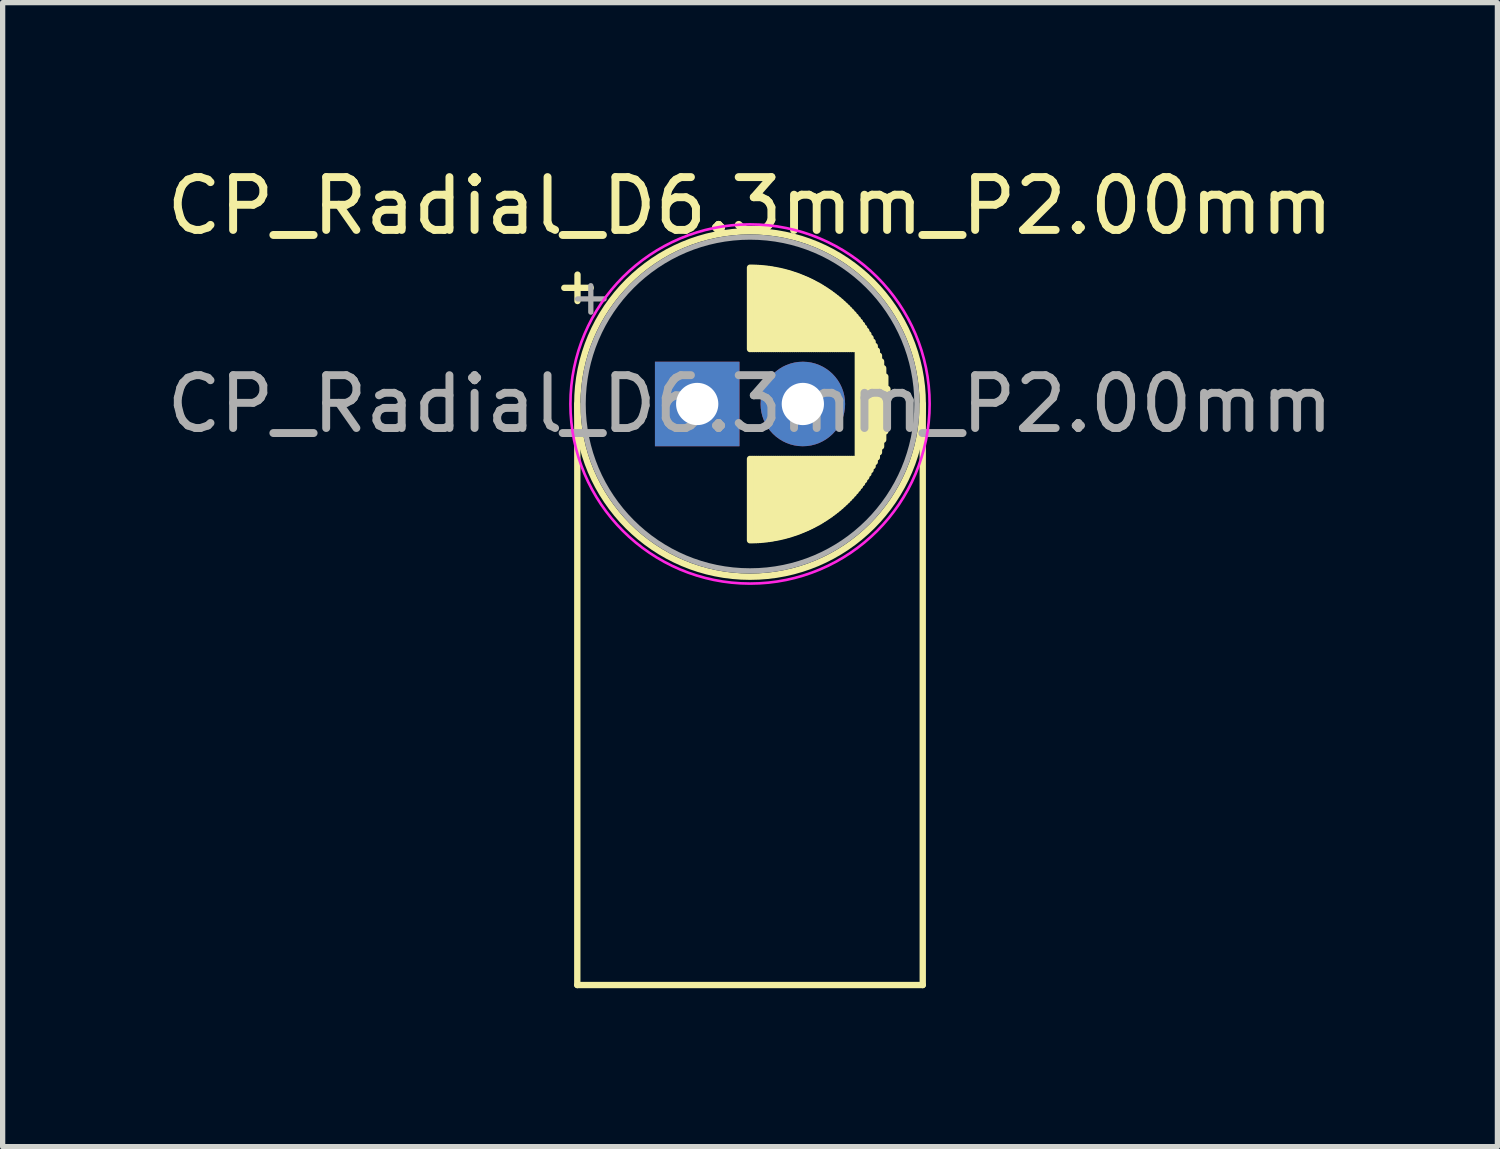
<source format=kicad_pcb>
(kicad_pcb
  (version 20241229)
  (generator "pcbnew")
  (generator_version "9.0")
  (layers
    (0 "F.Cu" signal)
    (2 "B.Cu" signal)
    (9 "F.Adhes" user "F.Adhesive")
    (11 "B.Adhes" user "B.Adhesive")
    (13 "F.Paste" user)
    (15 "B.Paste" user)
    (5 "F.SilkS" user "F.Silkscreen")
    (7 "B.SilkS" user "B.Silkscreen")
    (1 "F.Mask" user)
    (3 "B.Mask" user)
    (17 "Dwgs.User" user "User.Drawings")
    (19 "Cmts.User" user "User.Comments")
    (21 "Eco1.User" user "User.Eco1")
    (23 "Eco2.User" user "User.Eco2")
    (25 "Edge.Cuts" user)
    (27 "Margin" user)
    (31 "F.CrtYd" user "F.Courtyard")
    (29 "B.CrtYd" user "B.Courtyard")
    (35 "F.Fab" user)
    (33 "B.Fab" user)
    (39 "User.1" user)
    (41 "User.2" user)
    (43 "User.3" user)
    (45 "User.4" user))
  (footprint "CP_Radial_D6.3mm_P2.00mm"
    (layer "F.Cu")
    (at 10.149 4.598)
    (property "Reference" "CP_Radial_D6.3mm_P2.00mm" (at 1 -3.75 0) (layer "F.SilkS") (effects (font (size 1 1) (thickness 0.15))))
    (attr through_hole)
    (fp_line (start -2.516 -2.199) (end -2.016 -2.199) (stroke (width 0.12) (type solid)) (layer "F.SilkS"))
    (fp_line (start -2.27 0) (end -2.27 11) (stroke (width 0.12) (type solid)) (layer "F.SilkS"))
    (fp_line (start -2.27 11) (end 4.27 11) (stroke (width 0.12) (type solid)) (layer "F.SilkS"))
    (fp_line (start -2.266 -2.449) (end -2.266 -1.949) (stroke (width 0.12) (type solid)) (layer "F.SilkS"))
    (fp_line (start 1 -2.58) (end 1 -1.04) (stroke (width 0.12) (type solid)) (layer "F.SilkS"))
    (fp_line (start 1 1.04) (end 1 2.58) (stroke (width 0.12) (type solid)) (layer "F.SilkS"))
    (fp_line (start 1.04 -2.58) (end 1.04 -1.04) (stroke (width 0.12) (type solid)) (layer "F.SilkS"))
    (fp_line (start 1.04 1.04) (end 1.04 2.58) (stroke (width 0.12) (type solid)) (layer "F.SilkS"))
    (fp_line (start 1.08 -2.579) (end 1.08 -1.04) (stroke (width 0.12) (type solid)) (layer "F.SilkS"))
    (fp_line (start 1.08 1.04) (end 1.08 2.579) (stroke (width 0.12) (type solid)) (layer "F.SilkS"))
    (fp_line (start 1.12 -2.578) (end 1.12 -1.04) (stroke (width 0.12) (type solid)) (layer "F.SilkS"))
    (fp_line (start 1.12 1.04) (end 1.12 2.578) (stroke (width 0.12) (type solid)) (layer "F.SilkS"))
    (fp_line (start 1.16 -2.576) (end 1.16 -1.04) (stroke (width 0.12) (type solid)) (layer "F.SilkS"))
    (fp_line (start 1.16 1.04) (end 1.16 2.576) (stroke (width 0.12) (type solid)) (layer "F.SilkS"))
    (fp_line (start 1.2 -2.573) (end 1.2 -1.04) (stroke (width 0.12) (type solid)) (layer "F.SilkS"))
    (fp_line (start 1.2 1.04) (end 1.2 2.573) (stroke (width 0.12) (type solid)) (layer "F.SilkS"))
    (fp_line (start 1.24 -2.569) (end 1.24 -1.04) (stroke (width 0.12) (type solid)) (layer "F.SilkS"))
    (fp_line (start 1.24 1.04) (end 1.24 2.569) (stroke (width 0.12) (type solid)) (layer "F.SilkS"))
    (fp_line (start 1.28 -2.565) (end 1.28 -1.04) (stroke (width 0.12) (type solid)) (layer "F.SilkS"))
    (fp_line (start 1.28 1.04) (end 1.28 2.565) (stroke (width 0.12) (type solid)) (layer "F.SilkS"))
    (fp_line (start 1.32 -2.561) (end 1.32 -1.04) (stroke (width 0.12) (type solid)) (layer "F.SilkS"))
    (fp_line (start 1.32 1.04) (end 1.32 2.561) (stroke (width 0.12) (type solid)) (layer "F.SilkS"))
    (fp_line (start 1.36 -2.556) (end 1.36 -1.04) (stroke (width 0.12) (type solid)) (layer "F.SilkS"))
    (fp_line (start 1.36 1.04) (end 1.36 2.556) (stroke (width 0.12) (type solid)) (layer "F.SilkS"))
    (fp_line (start 1.4 -2.55) (end 1.4 -1.04) (stroke (width 0.12) (type solid)) (layer "F.SilkS"))
    (fp_line (start 1.4 1.04) (end 1.4 2.55) (stroke (width 0.12) (type solid)) (layer "F.SilkS"))
    (fp_line (start 1.44 -2.543) (end 1.44 -1.04) (stroke (width 0.12) (type solid)) (layer "F.SilkS"))
    (fp_line (start 1.44 1.04) (end 1.44 2.543) (stroke (width 0.12) (type solid)) (layer "F.SilkS"))
    (fp_line (start 1.48 -2.536) (end 1.48 -1.04) (stroke (width 0.12) (type solid)) (layer "F.SilkS"))
    (fp_line (start 1.48 1.04) (end 1.48 2.536) (stroke (width 0.12) (type solid)) (layer "F.SilkS"))
    (fp_line (start 1.52 -2.528) (end 1.52 -1.04) (stroke (width 0.12) (type solid)) (layer "F.SilkS"))
    (fp_line (start 1.52 1.04) (end 1.52 2.528) (stroke (width 0.12) (type solid)) (layer "F.SilkS"))
    (fp_line (start 1.56 -2.52) (end 1.56 -1.04) (stroke (width 0.12) (type solid)) (layer "F.SilkS"))
    (fp_line (start 1.56 1.04) (end 1.56 2.52) (stroke (width 0.12) (type solid)) (layer "F.SilkS"))
    (fp_line (start 1.6 -2.511) (end 1.6 -1.04) (stroke (width 0.12) (type solid)) (layer "F.SilkS"))
    (fp_line (start 1.6 1.04) (end 1.6 2.511) (stroke (width 0.12) (type solid)) (layer "F.SilkS"))
    (fp_line (start 1.64 -2.501) (end 1.64 -1.04) (stroke (width 0.12) (type solid)) (layer "F.SilkS"))
    (fp_line (start 1.64 1.04) (end 1.64 2.501) (stroke (width 0.12) (type solid)) (layer "F.SilkS"))
    (fp_line (start 1.68 -2.491) (end 1.68 -1.04) (stroke (width 0.12) (type solid)) (layer "F.SilkS"))
    (fp_line (start 1.68 1.04) (end 1.68 2.491) (stroke (width 0.12) (type solid)) (layer "F.SilkS"))
    (fp_line (start 1.721 -2.48) (end 1.721 -1.04) (stroke (width 0.12) (type solid)) (layer "F.SilkS"))
    (fp_line (start 1.721 1.04) (end 1.721 2.48) (stroke (width 0.12) (type solid)) (layer "F.SilkS"))
    (fp_line (start 1.761 -2.468) (end 1.761 -1.04) (stroke (width 0.12) (type solid)) (layer "F.SilkS"))
    (fp_line (start 1.761 1.04) (end 1.761 2.468) (stroke (width 0.12) (type solid)) (layer "F.SilkS"))
    (fp_line (start 1.801 -2.455) (end 1.801 -1.04) (stroke (width 0.12) (type solid)) (layer "F.SilkS"))
    (fp_line (start 1.801 1.04) (end 1.801 2.455) (stroke (width 0.12) (type solid)) (layer "F.SilkS"))
    (fp_line (start 1.841 -2.442) (end 1.841 -1.04) (stroke (width 0.12) (type solid)) (layer "F.SilkS"))
    (fp_line (start 1.841 1.04) (end 1.841 2.442) (stroke (width 0.12) (type solid)) (layer "F.SilkS"))
    (fp_line (start 1.881 -2.428) (end 1.881 -1.04) (stroke (width 0.12) (type solid)) (layer "F.SilkS"))
    (fp_line (start 1.881 1.04) (end 1.881 2.428) (stroke (width 0.12) (type solid)) (layer "F.SilkS"))
    (fp_line (start 1.921 -2.414) (end 1.921 -1.04) (stroke (width 0.12) (type solid)) (layer "F.SilkS"))
    (fp_line (start 1.921 1.04) (end 1.921 2.414) (stroke (width 0.12) (type solid)) (layer "F.SilkS"))
    (fp_line (start 1.961 -2.398) (end 1.961 -1.04) (stroke (width 0.12) (type solid)) (layer "F.SilkS"))
    (fp_line (start 1.961 1.04) (end 1.961 2.398) (stroke (width 0.12) (type solid)) (layer "F.SilkS"))
    (fp_line (start 2.001 -2.382) (end 2.001 -1.04) (stroke (width 0.12) (type solid)) (layer "F.SilkS"))
    (fp_line (start 2.001 1.04) (end 2.001 2.382) (stroke (width 0.12) (type solid)) (layer "F.SilkS"))
    (fp_line (start 2.041 -2.365) (end 2.041 -1.04) (stroke (width 0.12) (type solid)) (layer "F.SilkS"))
    (fp_line (start 2.041 1.04) (end 2.041 2.365) (stroke (width 0.12) (type solid)) (layer "F.SilkS"))
    (fp_line (start 2.081 -2.348) (end 2.081 -1.04) (stroke (width 0.12) (type solid)) (layer "F.SilkS"))
    (fp_line (start 2.081 1.04) (end 2.081 2.348) (stroke (width 0.12) (type solid)) (layer "F.SilkS"))
    (fp_line (start 2.121 -2.329) (end 2.121 -1.04) (stroke (width 0.12) (type solid)) (layer "F.SilkS"))
    (fp_line (start 2.121 1.04) (end 2.121 2.329) (stroke (width 0.12) (type solid)) (layer "F.SilkS"))
    (fp_line (start 2.161 -2.31) (end 2.161 -1.04) (stroke (width 0.12) (type solid)) (layer "F.SilkS"))
    (fp_line (start 2.161 1.04) (end 2.161 2.31) (stroke (width 0.12) (type solid)) (layer "F.SilkS"))
    (fp_line (start 2.201 -2.29) (end 2.201 -1.04) (stroke (width 0.12) (type solid)) (layer "F.SilkS"))
    (fp_line (start 2.201 1.04) (end 2.201 2.29) (stroke (width 0.12) (type solid)) (layer "F.SilkS"))
    (fp_line (start 2.241 -2.268) (end 2.241 -1.04) (stroke (width 0.12) (type solid)) (layer "F.SilkS"))
    (fp_line (start 2.241 1.04) (end 2.241 2.268) (stroke (width 0.12) (type solid)) (layer "F.SilkS"))
    (fp_line (start 2.281 -2.247) (end 2.281 -1.04) (stroke (width 0.12) (type solid)) (layer "F.SilkS"))
    (fp_line (start 2.281 1.04) (end 2.281 2.247) (stroke (width 0.12) (type solid)) (layer "F.SilkS"))
    (fp_line (start 2.321 -2.224) (end 2.321 -1.04) (stroke (width 0.12) (type solid)) (layer "F.SilkS"))
    (fp_line (start 2.321 1.04) (end 2.321 2.224) (stroke (width 0.12) (type solid)) (layer "F.SilkS"))
    (fp_line (start 2.361 -2.2) (end 2.361 -1.04) (stroke (width 0.12) (type solid)) (layer "F.SilkS"))
    (fp_line (start 2.361 1.04) (end 2.361 2.2) (stroke (width 0.12) (type solid)) (layer "F.SilkS"))
    (fp_line (start 2.401 -2.175) (end 2.401 -1.04) (stroke (width 0.12) (type solid)) (layer "F.SilkS"))
    (fp_line (start 2.401 1.04) (end 2.401 2.175) (stroke (width 0.12) (type solid)) (layer "F.SilkS"))
    (fp_line (start 2.441 -2.149) (end 2.441 -1.04) (stroke (width 0.12) (type solid)) (layer "F.SilkS"))
    (fp_line (start 2.441 1.04) (end 2.441 2.149) (stroke (width 0.12) (type solid)) (layer "F.SilkS"))
    (fp_line (start 2.481 -2.122) (end 2.481 -1.04) (stroke (width 0.12) (type solid)) (layer "F.SilkS"))
    (fp_line (start 2.481 1.04) (end 2.481 2.122) (stroke (width 0.12) (type solid)) (layer "F.SilkS"))
    (fp_line (start 2.521 -2.095) (end 2.521 -1.04) (stroke (width 0.12) (type solid)) (layer "F.SilkS"))
    (fp_line (start 2.521 1.04) (end 2.521 2.095) (stroke (width 0.12) (type solid)) (layer "F.SilkS"))
    (fp_line (start 2.561 -2.065) (end 2.561 -1.04) (stroke (width 0.12) (type solid)) (layer "F.SilkS"))
    (fp_line (start 2.561 1.04) (end 2.561 2.065) (stroke (width 0.12) (type solid)) (layer "F.SilkS"))
    (fp_line (start 2.601 -2.035) (end 2.601 -1.04) (stroke (width 0.12) (type solid)) (layer "F.SilkS"))
    (fp_line (start 2.601 1.04) (end 2.601 2.035) (stroke (width 0.12) (type solid)) (layer "F.SilkS"))
    (fp_line (start 2.641 -2.004) (end 2.641 -1.04) (stroke (width 0.12) (type solid)) (layer "F.SilkS"))
    (fp_line (start 2.641 1.04) (end 2.641 2.004) (stroke (width 0.12) (type solid)) (layer "F.SilkS"))
    (fp_line (start 2.681 -1.971) (end 2.681 -1.04) (stroke (width 0.12) (type solid)) (layer "F.SilkS"))
    (fp_line (start 2.681 1.04) (end 2.681 1.971) (stroke (width 0.12) (type solid)) (layer "F.SilkS"))
    (fp_line (start 2.721 -1.937) (end 2.721 -1.04) (stroke (width 0.12) (type solid)) (layer "F.SilkS"))
    (fp_line (start 2.721 1.04) (end 2.721 1.937) (stroke (width 0.12) (type solid)) (layer "F.SilkS"))
    (fp_line (start 2.761 -1.901) (end 2.761 -1.04) (stroke (width 0.12) (type solid)) (layer "F.SilkS"))
    (fp_line (start 2.761 1.04) (end 2.761 1.901) (stroke (width 0.12) (type solid)) (layer "F.SilkS"))
    (fp_line (start 2.801 -1.864) (end 2.801 -1.04) (stroke (width 0.12) (type solid)) (layer "F.SilkS"))
    (fp_line (start 2.801 1.04) (end 2.801 1.864) (stroke (width 0.12) (type solid)) (layer "F.SilkS"))
    (fp_line (start 2.841 -1.826) (end 2.841 -1.04) (stroke (width 0.12) (type solid)) (layer "F.SilkS"))
    (fp_line (start 2.841 1.04) (end 2.841 1.826) (stroke (width 0.12) (type solid)) (layer "F.SilkS"))
    (fp_line (start 2.881 -1.785) (end 2.881 -1.04) (stroke (width 0.12) (type solid)) (layer "F.SilkS"))
    (fp_line (start 2.881 1.04) (end 2.881 1.785) (stroke (width 0.12) (type solid)) (layer "F.SilkS"))
    (fp_line (start 2.921 -1.743) (end 2.921 -1.04) (stroke (width 0.12) (type solid)) (layer "F.SilkS"))
    (fp_line (start 2.921 1.04) (end 2.921 1.743) (stroke (width 0.12) (type solid)) (layer "F.SilkS"))
    (fp_line (start 2.961 -1.699) (end 2.961 -1.04) (stroke (width 0.12) (type solid)) (layer "F.SilkS"))
    (fp_line (start 2.961 1.04) (end 2.961 1.699) (stroke (width 0.12) (type solid)) (layer "F.SilkS"))
    (fp_line (start 3.001 -1.653) (end 3.001 -1.04) (stroke (width 0.12) (type solid)) (layer "F.SilkS"))
    (fp_line (start 3.001 1.04) (end 3.001 1.653) (stroke (width 0.12) (type solid)) (layer "F.SilkS"))
    (fp_line (start 3.041 -1.605) (end 3.041 1.605) (stroke (width 0.12) (type solid)) (layer "F.SilkS"))
    (fp_line (start 3.081 -1.554) (end 3.081 1.554) (stroke (width 0.12) (type solid)) (layer "F.SilkS"))
    (fp_line (start 3.121 -1.5) (end 3.121 1.5) (stroke (width 0.12) (type solid)) (layer "F.SilkS"))
    (fp_line (start 3.161 -1.443) (end 3.161 1.443) (stroke (width 0.12) (type solid)) (layer "F.SilkS"))
    (fp_line (start 3.201 -1.383) (end 3.201 1.383) (stroke (width 0.12) (type solid)) (layer "F.SilkS"))
    (fp_line (start 3.241 -1.319) (end 3.241 1.319) (stroke (width 0.12) (type solid)) (layer "F.SilkS"))
    (fp_line (start 3.281 -1.251) (end 3.281 1.251) (stroke (width 0.12) (type solid)) (layer "F.SilkS"))
    (fp_line (start 3.321 -1.178) (end 3.321 1.178) (stroke (width 0.12) (type solid)) (layer "F.SilkS"))
    (fp_line (start 3.361 -1.098) (end 3.361 1.098) (stroke (width 0.12) (type solid)) (layer "F.SilkS"))
    (fp_line (start 3.401 -1.011) (end 3.401 1.011) (stroke (width 0.12) (type solid)) (layer "F.SilkS"))
    (fp_line (start 3.441 -0.915) (end 3.441 0.915) (stroke (width 0.12) (type solid)) (layer "F.SilkS"))
    (fp_line (start 3.481 -0.805) (end 3.481 0.805) (stroke (width 0.12) (type solid)) (layer "F.SilkS"))
    (fp_line (start 3.521 -0.677) (end 3.521 0.677) (stroke (width 0.12) (type solid)) (layer "F.SilkS"))
    (fp_line (start 3.561 -0.518) (end 3.561 0.518) (stroke (width 0.12) (type solid)) (layer "F.SilkS"))
    (fp_line (start 3.601 -0.284) (end 3.601 0.284) (stroke (width 0.12) (type solid)) (layer "F.SilkS"))
    (fp_line (start 4.27 0) (end 4.27 11) (stroke (width 0.12) (type solid)) (layer "F.SilkS"))
    (fp_circle (center 1 0) (end 4.27 0) (stroke (width 0.12) (type solid)) (fill no) (layer "F.SilkS"))
    (fp_circle (center 1 0) (end 4.4 0) (stroke (width 0.05) (type solid)) (fill no) (layer "F.CrtYd"))
    (fp_line (start -2.264 -1.989) (end -1.764 -1.989) (stroke (width 0.1) (type solid)) (layer "F.Fab"))
    (fp_line (start -2.014 -2.239) (end -2.014 -1.739) (stroke (width 0.1) (type solid)) (layer "F.Fab"))
    (fp_circle (center 1 0) (end 4.16 0) (stroke (width 0.1) (type solid)) (fill no) (layer "F.Fab"))
    (fp_text user "${REFERENCE}" (at 1 0 0) (layer "F.Fab") (effects (font (size 1 1) (thickness 0.15))))
    (pad "1" thru_hole rect (at 0 0) (size 1.6 1.6) (drill 0.8) (layers "*.Cu" "*.Mask"))
    (pad "2" thru_hole circle (at 2 0) (size 1.6 1.6) (drill 0.8) (layers "*.Cu" "*.Mask")))
  (gr_rect
    (start -3 -3)
    (end 25.298 18.658)
    (stroke (width 0.1) (type default))
    (fill no)
    (layer "Edge.Cuts")))
</source>
